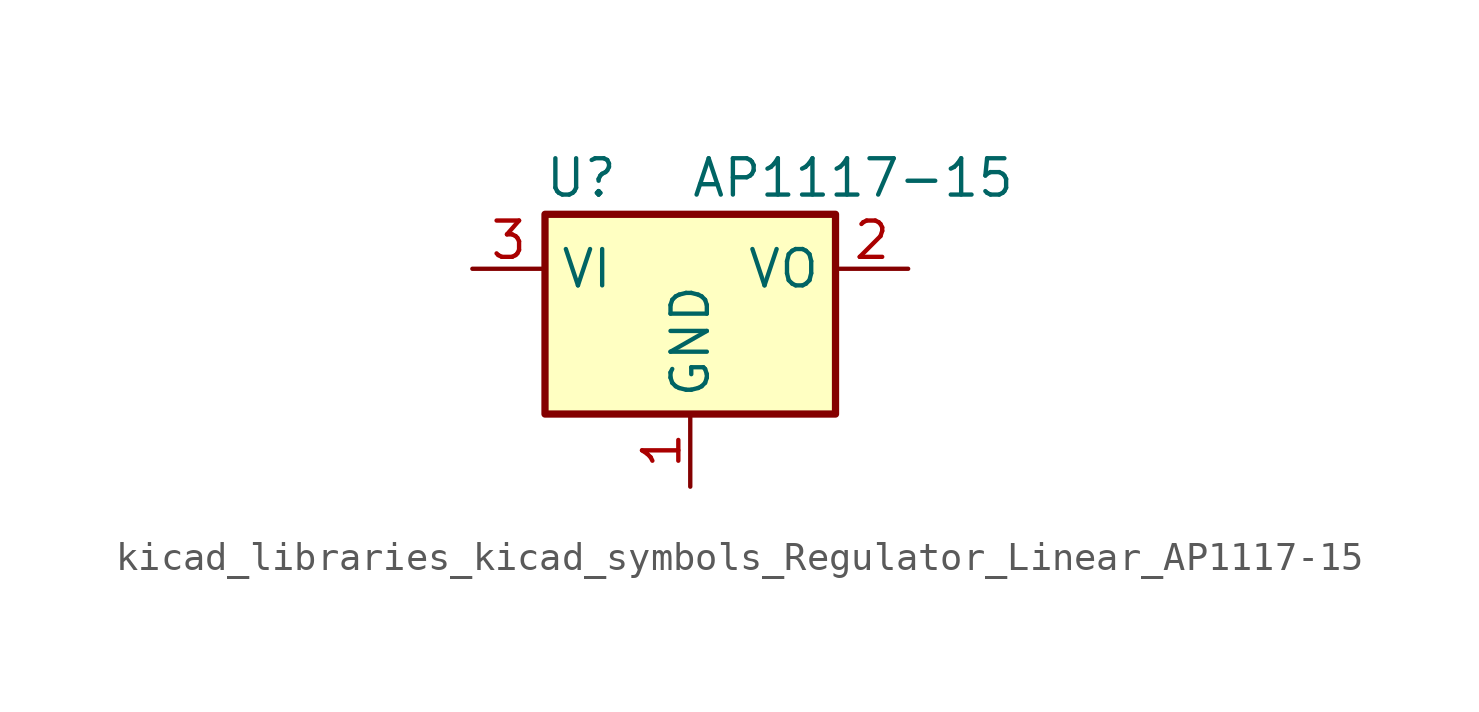
<source format=kicad_sym>
(kicad_symbol_lib
  (version 20220914)
  (generator kicad_symbol_editor)
  (symbol "kicad_libraries_kicad_symbols_Regulator_Linear_AP1117-15"
    (property "Reference" "U"
      (at -3.81 3.175 0)
      (effects (font (size 1.27 1.27))))
    (property "Value" "AP1117-15"
      (at 0 3.175 0)
      (effects (font (size 1.27 1.27)) (justify left)))
    (symbol "kicad_libraries_kicad_symbols_Regulator_Linear_AP1117-15_0_1"
      (rectangle (start -5.08 -5.08) (end 5.08 1.905) (stroke (width 0.254) (type default)) (fill (type background))))
    (symbol "kicad_libraries_kicad_symbols_Regulator_Linear_AP1117-15_1_1"
      (pin power_in line (at 0 -7.62 90) (length 2.54) (name "GND" (effects (font (size 1.27 1.27)))) (number "1" (effects (font (size 1.27 1.27)))))
      (pin power_out line (at 7.62 0 180) (length 2.54) (name "VO" (effects (font (size 1.27 1.27)))) (number "2" (effects (font (size 1.27 1.27)))))
      (pin power_in line (at -7.62 0 0) (length 2.54) (name "VI" (effects (font (size 1.27 1.27)))) (number "3" (effects (font (size 1.27 1.27))))))))
</source>
